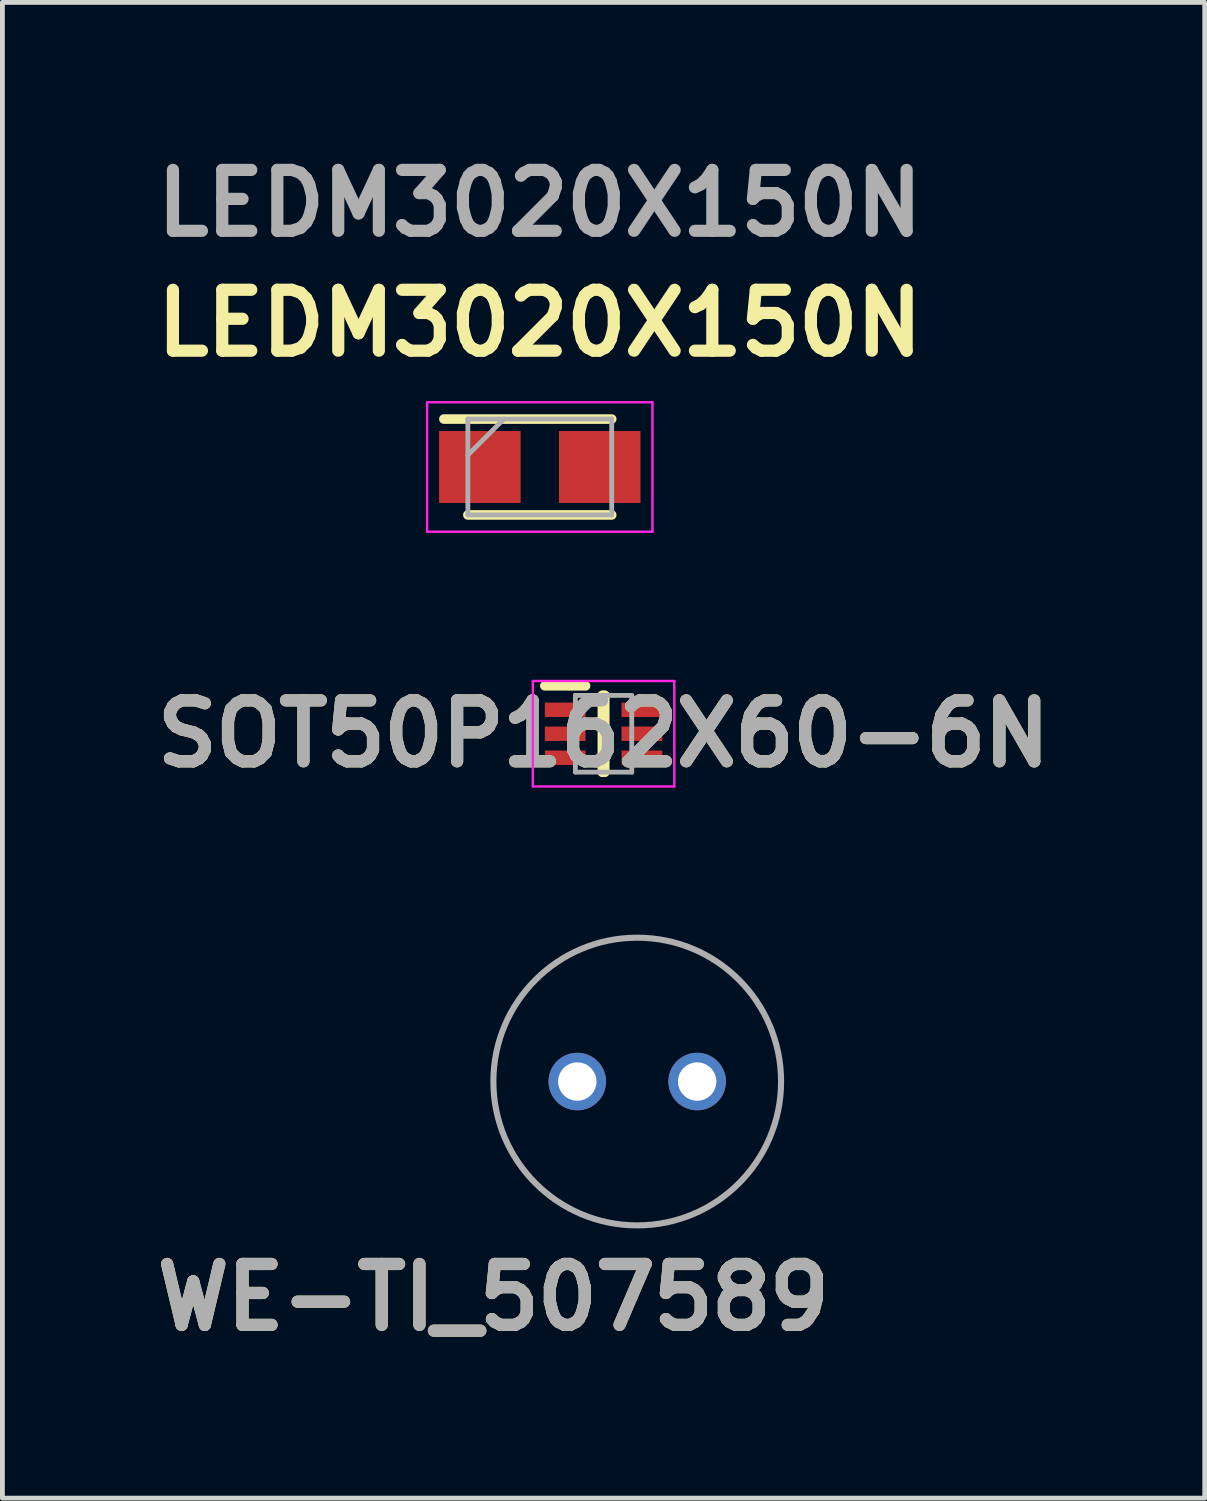
<source format=kicad_pcb>
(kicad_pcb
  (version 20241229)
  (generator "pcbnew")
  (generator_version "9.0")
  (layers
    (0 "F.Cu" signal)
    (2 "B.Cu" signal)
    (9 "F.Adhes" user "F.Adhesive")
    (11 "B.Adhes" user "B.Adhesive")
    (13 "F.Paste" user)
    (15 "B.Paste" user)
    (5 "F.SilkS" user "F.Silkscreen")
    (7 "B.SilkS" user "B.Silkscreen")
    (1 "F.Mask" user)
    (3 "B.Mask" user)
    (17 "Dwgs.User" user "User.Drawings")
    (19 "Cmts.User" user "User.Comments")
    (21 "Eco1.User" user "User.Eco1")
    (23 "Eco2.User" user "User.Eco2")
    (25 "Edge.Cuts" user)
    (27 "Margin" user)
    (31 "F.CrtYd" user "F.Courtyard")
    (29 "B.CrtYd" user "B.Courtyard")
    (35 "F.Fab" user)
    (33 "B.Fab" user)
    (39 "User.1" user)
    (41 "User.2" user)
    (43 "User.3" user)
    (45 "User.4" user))
  (footprint "LEDM3020X150N"
    (layer "F.Cu")
    (at 8.207 6.689)
    (property "Reference" "LEDM3020X150N" (at 0 -3 0) (layer "F.SilkS") (effects (font (size 1.27 1.27) (thickness 0.254))))
    (attr smd)
    (fp_line (start -1.5 1) (end 1.5 1) (stroke (width 0.2) (type solid)) (layer "F.SilkS"))
    (fp_line (start 1.5 -1) (end -2 -1) (stroke (width 0.2) (type solid)) (layer "F.SilkS"))
    (fp_line (start -2.35 -1.35) (end 2.35 -1.35) (stroke (width 0.05) (type solid)) (layer "F.CrtYd"))
    (fp_line (start -2.35 1.35) (end -2.35 -1.35) (stroke (width 0.05) (type solid)) (layer "F.CrtYd"))
    (fp_line (start 2.35 -1.35) (end 2.35 1.35) (stroke (width 0.05) (type solid)) (layer "F.CrtYd"))
    (fp_line (start 2.35 1.35) (end -2.35 1.35) (stroke (width 0.05) (type solid)) (layer "F.CrtYd"))
    (fp_line (start -1.5 -1) (end 1.5 -1) (stroke (width 0.1) (type solid)) (layer "F.Fab"))
    (fp_line (start -1.5 -0.25) (end -0.75 -1) (stroke (width 0.1) (type solid)) (layer "F.Fab"))
    (fp_line (start -1.5 1) (end -1.5 -1) (stroke (width 0.1) (type solid)) (layer "F.Fab"))
    (fp_line (start 1.5 -1) (end 1.5 1) (stroke (width 0.1) (type solid)) (layer "F.Fab"))
    (fp_line (start 1.5 1) (end -1.5 1) (stroke (width 0.1) (type solid)) (layer "F.Fab"))
    (fp_text user "${REFERENCE}" (at 0 -5.5 0) (layer "F.Fab") (effects (font (size 1.27 1.27) (thickness 0.254))))
    (pad "1" smd rect (at -1.25 0 90) (size 1.5 1.7) (layers "F.Cu" "F.Mask" "F.Paste"))
    (pad "2" smd rect (at 1.25 0 90) (size 1.5 1.7) (layers "F.Cu" "F.Mask" "F.Paste")))
  (footprint "WE-TI_507589"
    (layer "F.Cu")
    (at 10.239 19.505)
    (property "Reference" "WE-TI_507589" (at -3 4.5 0) (layer "F.SilkS") (effects (font (size 1.27 1.27) (thickness 0.254))))
    (attr through_hole)
    (fp_circle (center 0 0) (end 0 3) (stroke (width 0.127) (type solid)) (fill no) (layer "F.Fab"))
    (fp_text user "${REFERENCE}" (at -3 4.5 0) (layer "F.Fab") (effects (font (size 1.27 1.27) (thickness 0.254))))
    (pad "1" thru_hole circle (at -1.25 0) (size 1.2 1.2) (drill 0.8) (layers "*.Cu" "*.Mask"))
    (pad "2" thru_hole circle (at 1.25 0) (size 1.2 1.2) (drill 0.8) (layers "*.Cu" "*.Mask")))
  (footprint "SOT50P162X60-6N"
    (layer "F.Cu")
    (at 9.537 12.252)
    (property "Reference" "SOT50P162X60-6N" (at 0 0 0) (layer "F.SilkS") (effects (font (size 1.27 1.27) (thickness 0.254))))
    (attr smd)
    (fp_line (start -1.225 -1) (end -0.375 -1) (stroke (width 0.2) (type solid)) (layer "F.SilkS"))
    (fp_line (start -0.025 -0.8) (end 0.025 -0.8) (stroke (width 0.2) (type solid)) (layer "F.SilkS"))
    (fp_line (start -0.025 0.8) (end -0.025 -0.8) (stroke (width 0.2) (type solid)) (layer "F.SilkS"))
    (fp_line (start 0.025 -0.8) (end 0.025 0.8) (stroke (width 0.2) (type solid)) (layer "F.SilkS"))
    (fp_line (start 0.025 0.8) (end -0.025 0.8) (stroke (width 0.2) (type solid)) (layer "F.SilkS"))
    (fp_line (start -1.475 -1.1) (end 1.475 -1.1) (stroke (width 0.05) (type solid)) (layer "F.CrtYd"))
    (fp_line (start -1.475 1.1) (end -1.475 -1.1) (stroke (width 0.05) (type solid)) (layer "F.CrtYd"))
    (fp_line (start 1.475 -1.1) (end 1.475 1.1) (stroke (width 0.05) (type solid)) (layer "F.CrtYd"))
    (fp_line (start 1.475 1.1) (end -1.475 1.1) (stroke (width 0.05) (type solid)) (layer "F.CrtYd"))
    (fp_line (start -0.588 -0.8) (end 0.588 -0.8) (stroke (width 0.1) (type solid)) (layer "F.Fab"))
    (fp_line (start -0.588 -0.3) (end -0.088 -0.8) (stroke (width 0.1) (type solid)) (layer "F.Fab"))
    (fp_line (start -0.588 0.8) (end -0.588 -0.8) (stroke (width 0.1) (type solid)) (layer "F.Fab"))
    (fp_line (start 0.588 -0.8) (end 0.588 0.8) (stroke (width 0.1) (type solid)) (layer "F.Fab"))
    (fp_line (start 0.588 0.8) (end -0.588 0.8) (stroke (width 0.1) (type solid)) (layer "F.Fab"))
    (fp_text user "${REFERENCE}" (at 0 0 0) (layer "F.Fab") (effects (font (size 1.27 1.27) (thickness 0.254))))
    (pad "1" smd rect (at -0.8 -0.5 90) (size 0.3 0.85) (layers "F.Cu" "F.Mask" "F.Paste"))
    (pad "2" smd rect (at -0.8 0 90) (size 0.3 0.85) (layers "F.Cu" "F.Mask" "F.Paste"))
    (pad "3" smd rect (at -0.8 0.5 90) (size 0.3 0.85) (layers "F.Cu" "F.Mask" "F.Paste"))
    (pad "4" smd rect (at 0.8 0.5 90) (size 0.3 0.85) (layers "F.Cu" "F.Mask" "F.Paste"))
    (pad "5" smd rect (at 0.8 0 90) (size 0.3 0.85) (layers "F.Cu" "F.Mask" "F.Paste"))
    (pad "6" smd rect (at 0.8 -0.5 90) (size 0.3 0.85) (layers "F.Cu" "F.Mask" "F.Paste")))
  (gr_rect
    (start -3 -3)
    (end 22.074 28.193)
    (stroke (width 0.1) (type default))
    (fill no)
    (layer "Edge.Cuts")))
</source>
